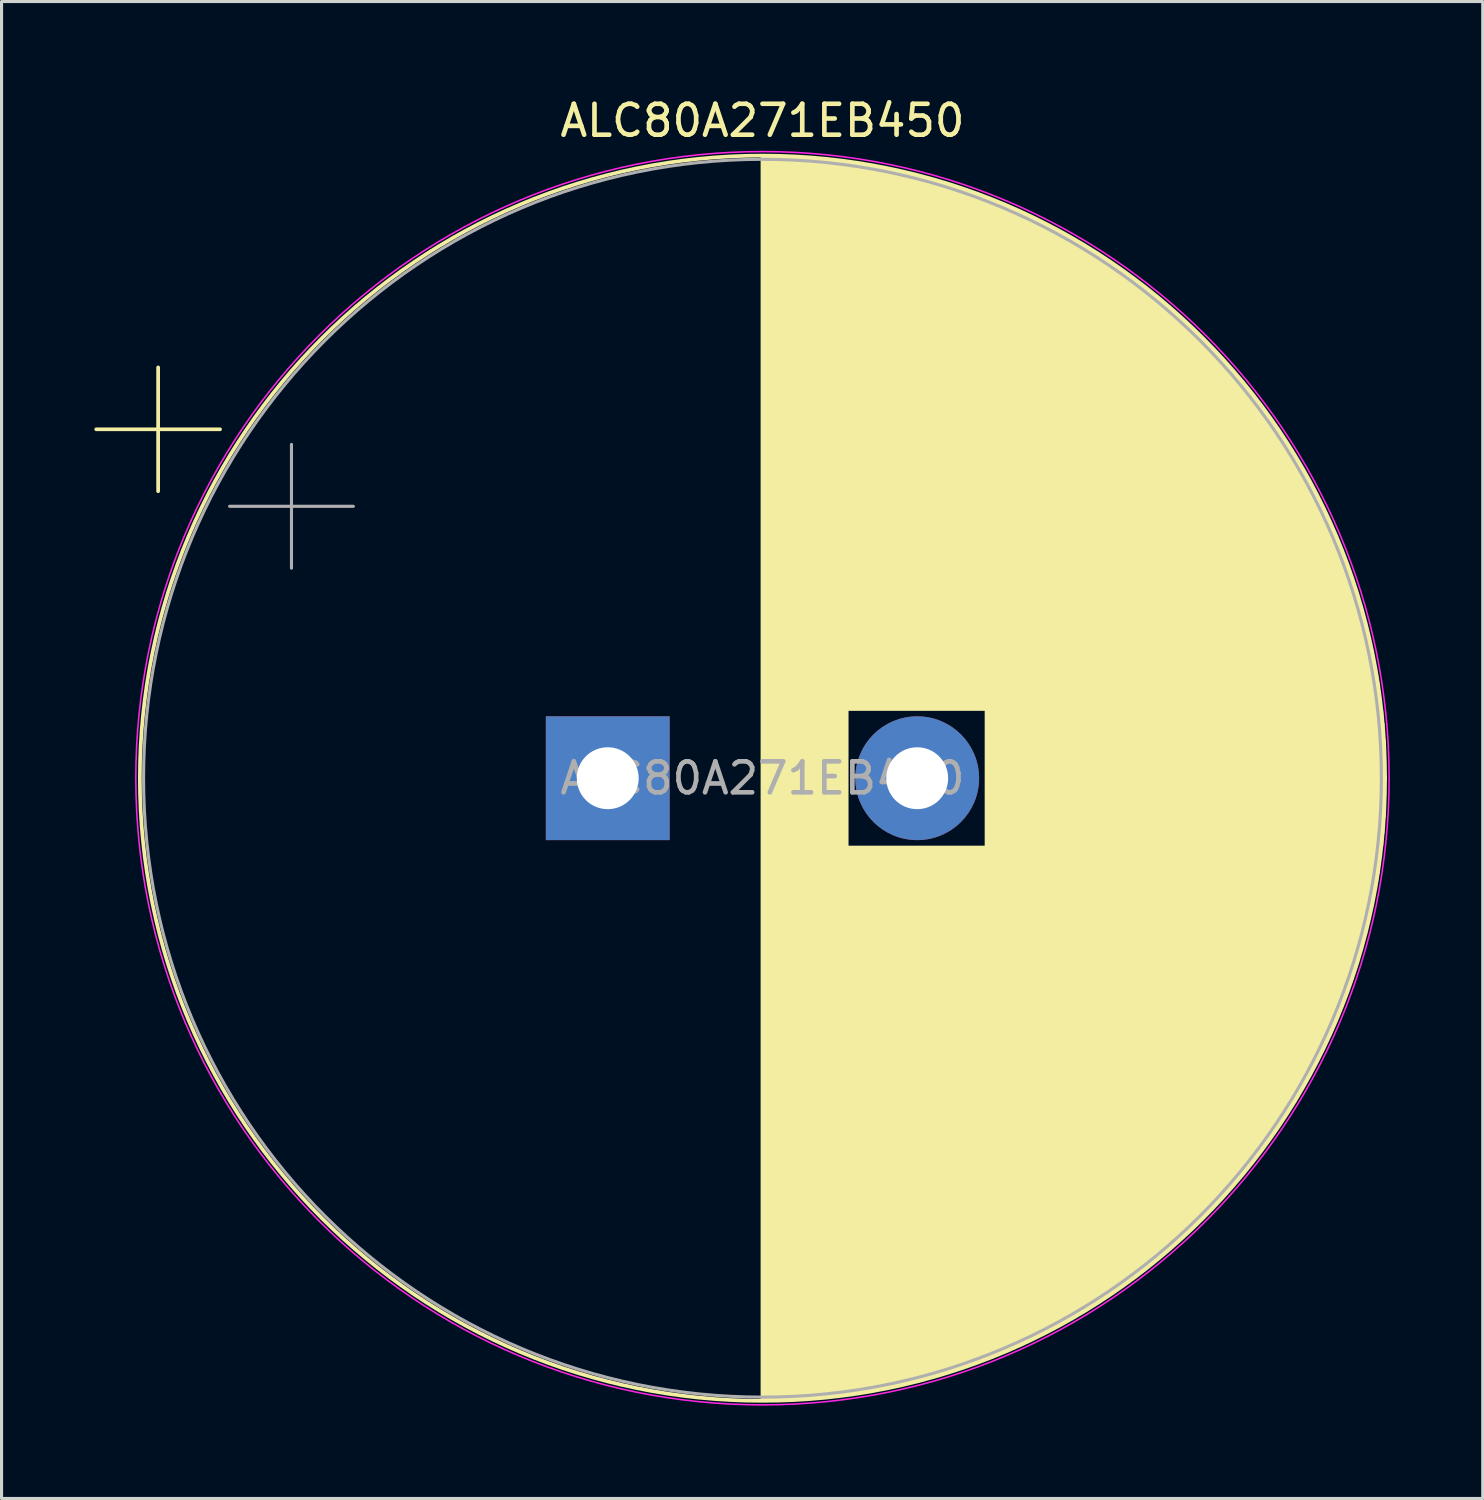
<source format=kicad_pcb>
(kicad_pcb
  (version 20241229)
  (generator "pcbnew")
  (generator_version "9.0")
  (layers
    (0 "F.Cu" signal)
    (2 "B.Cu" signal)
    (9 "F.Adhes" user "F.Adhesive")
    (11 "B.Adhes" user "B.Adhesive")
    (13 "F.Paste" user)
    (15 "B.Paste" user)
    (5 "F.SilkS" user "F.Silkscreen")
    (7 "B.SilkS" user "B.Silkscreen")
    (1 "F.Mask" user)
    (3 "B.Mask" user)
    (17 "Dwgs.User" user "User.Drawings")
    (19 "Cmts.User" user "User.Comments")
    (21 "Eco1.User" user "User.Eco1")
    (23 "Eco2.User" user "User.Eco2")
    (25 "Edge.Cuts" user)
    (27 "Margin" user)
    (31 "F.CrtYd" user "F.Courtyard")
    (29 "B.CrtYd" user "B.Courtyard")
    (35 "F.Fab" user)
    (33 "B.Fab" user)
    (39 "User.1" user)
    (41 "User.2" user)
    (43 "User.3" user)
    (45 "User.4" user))
  (footprint "ALC80A271EB450"
    (layer "F.Cu")
    (at 16.589 22.098)
    (property "Reference" "ALC80A271EB450" (at 5 -21.25 0) (layer "F.SilkS") (effects (font (size 1 1) (thickness 0.15))))
    (attr through_hole)
    (fp_line (start -16.529 -11.275) (end -12.529 -11.275) (stroke (width 0.12) (type solid)) (layer "F.SilkS"))
    (fp_line (start -14.529 -13.275) (end -14.529 -9.275) (stroke (width 0.12) (type solid)) (layer "F.SilkS"))
    (fp_line (start 5 -20.08) (end 5 20.08) (stroke (width 0.12) (type solid)) (layer "F.SilkS"))
    (fp_line (start 5.04 -20.08) (end 5.04 20.08) (stroke (width 0.12) (type solid)) (layer "F.SilkS"))
    (fp_line (start 5.08 -20.08) (end 5.08 20.08) (stroke (width 0.12) (type solid)) (layer "F.SilkS"))
    (fp_line (start 5.12 -20.08) (end 5.12 20.08) (stroke (width 0.12) (type solid)) (layer "F.SilkS"))
    (fp_line (start 5.16 -20.08) (end 5.16 20.08) (stroke (width 0.12) (type solid)) (layer "F.SilkS"))
    (fp_line (start 5.2 -20.08) (end 5.2 20.08) (stroke (width 0.12) (type solid)) (layer "F.SilkS"))
    (fp_line (start 5.24 -20.079) (end 5.24 20.079) (stroke (width 0.12) (type solid)) (layer "F.SilkS"))
    (fp_line (start 5.28 -20.079) (end 5.28 20.079) (stroke (width 0.12) (type solid)) (layer "F.SilkS"))
    (fp_line (start 5.32 -20.078) (end 5.32 20.078) (stroke (width 0.12) (type solid)) (layer "F.SilkS"))
    (fp_line (start 5.36 -20.077) (end 5.36 20.077) (stroke (width 0.12) (type solid)) (layer "F.SilkS"))
    (fp_line (start 5.4 -20.077) (end 5.4 20.077) (stroke (width 0.12) (type solid)) (layer "F.SilkS"))
    (fp_line (start 5.44 -20.076) (end 5.44 20.076) (stroke (width 0.12) (type solid)) (layer "F.SilkS"))
    (fp_line (start 5.48 -20.075) (end 5.48 20.075) (stroke (width 0.12) (type solid)) (layer "F.SilkS"))
    (fp_line (start 5.52 -20.074) (end 5.52 20.074) (stroke (width 0.12) (type solid)) (layer "F.SilkS"))
    (fp_line (start 5.56 -20.073) (end 5.56 20.073) (stroke (width 0.12) (type solid)) (layer "F.SilkS"))
    (fp_line (start 5.6 -20.072) (end 5.6 20.072) (stroke (width 0.12) (type solid)) (layer "F.SilkS"))
    (fp_line (start 5.64 -20.07) (end 5.64 20.07) (stroke (width 0.12) (type solid)) (layer "F.SilkS"))
    (fp_line (start 5.68 -20.069) (end 5.68 20.069) (stroke (width 0.12) (type solid)) (layer "F.SilkS"))
    (fp_line (start 5.721 -20.068) (end 5.721 20.068) (stroke (width 0.12) (type solid)) (layer "F.SilkS"))
    (fp_line (start 5.761 -20.066) (end 5.761 20.066) (stroke (width 0.12) (type solid)) (layer "F.SilkS"))
    (fp_line (start 5.801 -20.065) (end 5.801 20.065) (stroke (width 0.12) (type solid)) (layer "F.SilkS"))
    (fp_line (start 5.841 -20.063) (end 5.841 20.063) (stroke (width 0.12) (type solid)) (layer "F.SilkS"))
    (fp_line (start 5.881 -20.061) (end 5.881 20.061) (stroke (width 0.12) (type solid)) (layer "F.SilkS"))
    (fp_line (start 5.921 -20.059) (end 5.921 20.059) (stroke (width 0.12) (type solid)) (layer "F.SilkS"))
    (fp_line (start 5.961 -20.058) (end 5.961 20.058) (stroke (width 0.12) (type solid)) (layer "F.SilkS"))
    (fp_line (start 6.001 -20.056) (end 6.001 20.056) (stroke (width 0.12) (type solid)) (layer "F.SilkS"))
    (fp_line (start 6.041 -20.054) (end 6.041 20.054) (stroke (width 0.12) (type solid)) (layer "F.SilkS"))
    (fp_line (start 6.081 -20.051) (end 6.081 20.051) (stroke (width 0.12) (type solid)) (layer "F.SilkS"))
    (fp_line (start 6.121 -20.049) (end 6.121 20.049) (stroke (width 0.12) (type solid)) (layer "F.SilkS"))
    (fp_line (start 6.161 -20.047) (end 6.161 20.047) (stroke (width 0.12) (type solid)) (layer "F.SilkS"))
    (fp_line (start 6.201 -20.045) (end 6.201 20.045) (stroke (width 0.12) (type solid)) (layer "F.SilkS"))
    (fp_line (start 6.241 -20.042) (end 6.241 20.042) (stroke (width 0.12) (type solid)) (layer "F.SilkS"))
    (fp_line (start 6.281 -20.04) (end 6.281 20.04) (stroke (width 0.12) (type solid)) (layer "F.SilkS"))
    (fp_line (start 6.321 -20.037) (end 6.321 20.037) (stroke (width 0.12) (type solid)) (layer "F.SilkS"))
    (fp_line (start 6.361 -20.034) (end 6.361 20.034) (stroke (width 0.12) (type solid)) (layer "F.SilkS"))
    (fp_line (start 6.401 -20.032) (end 6.401 20.032) (stroke (width 0.12) (type solid)) (layer "F.SilkS"))
    (fp_line (start 6.441 -20.029) (end 6.441 20.029) (stroke (width 0.12) (type solid)) (layer "F.SilkS"))
    (fp_line (start 6.481 -20.026) (end 6.481 20.026) (stroke (width 0.12) (type solid)) (layer "F.SilkS"))
    (fp_line (start 6.521 -20.023) (end 6.521 20.023) (stroke (width 0.12) (type solid)) (layer "F.SilkS"))
    (fp_line (start 6.561 -20.02) (end 6.561 20.02) (stroke (width 0.12) (type solid)) (layer "F.SilkS"))
    (fp_line (start 6.601 -20.017) (end 6.601 20.017) (stroke (width 0.12) (type solid)) (layer "F.SilkS"))
    (fp_line (start 6.641 -20.014) (end 6.641 20.014) (stroke (width 0.12) (type solid)) (layer "F.SilkS"))
    (fp_line (start 6.681 -20.01) (end 6.681 20.01) (stroke (width 0.12) (type solid)) (layer "F.SilkS"))
    (fp_line (start 6.721 -20.007) (end 6.721 20.007) (stroke (width 0.12) (type solid)) (layer "F.SilkS"))
    (fp_line (start 6.761 -20.003) (end 6.761 20.003) (stroke (width 0.12) (type solid)) (layer "F.SilkS"))
    (fp_line (start 6.801 -20) (end 6.801 20) (stroke (width 0.12) (type solid)) (layer "F.SilkS"))
    (fp_line (start 6.841 -19.996) (end 6.841 19.996) (stroke (width 0.12) (type solid)) (layer "F.SilkS"))
    (fp_line (start 6.881 -19.992) (end 6.881 19.992) (stroke (width 0.12) (type solid)) (layer "F.SilkS"))
    (fp_line (start 6.921 -19.989) (end 6.921 19.989) (stroke (width 0.12) (type solid)) (layer "F.SilkS"))
    (fp_line (start 6.961 -19.985) (end 6.961 19.985) (stroke (width 0.12) (type solid)) (layer "F.SilkS"))
    (fp_line (start 7.001 -19.981) (end 7.001 19.981) (stroke (width 0.12) (type solid)) (layer "F.SilkS"))
    (fp_line (start 7.041 -19.977) (end 7.041 19.977) (stroke (width 0.12) (type solid)) (layer "F.SilkS"))
    (fp_line (start 7.081 -19.973) (end 7.081 19.973) (stroke (width 0.12) (type solid)) (layer "F.SilkS"))
    (fp_line (start 7.121 -19.968) (end 7.121 19.968) (stroke (width 0.12) (type solid)) (layer "F.SilkS"))
    (fp_line (start 7.161 -19.964) (end 7.161 19.964) (stroke (width 0.12) (type solid)) (layer "F.SilkS"))
    (fp_line (start 7.201 -19.96) (end 7.201 19.96) (stroke (width 0.12) (type solid)) (layer "F.SilkS"))
    (fp_line (start 7.241 -19.955) (end 7.241 19.955) (stroke (width 0.12) (type solid)) (layer "F.SilkS"))
    (fp_line (start 7.281 -19.951) (end 7.281 19.951) (stroke (width 0.12) (type solid)) (layer "F.SilkS"))
    (fp_line (start 7.321 -19.946) (end 7.321 19.946) (stroke (width 0.12) (type solid)) (layer "F.SilkS"))
    (fp_line (start 7.361 -19.942) (end 7.361 19.942) (stroke (width 0.12) (type solid)) (layer "F.SilkS"))
    (fp_line (start 7.401 -19.937) (end 7.401 19.937) (stroke (width 0.12) (type solid)) (layer "F.SilkS"))
    (fp_line (start 7.441 -19.932) (end 7.441 19.932) (stroke (width 0.12) (type solid)) (layer "F.SilkS"))
    (fp_line (start 7.481 -19.927) (end 7.481 19.927) (stroke (width 0.12) (type solid)) (layer "F.SilkS"))
    (fp_line (start 7.521 -19.922) (end 7.521 19.922) (stroke (width 0.12) (type solid)) (layer "F.SilkS"))
    (fp_line (start 7.561 -19.917) (end 7.561 19.917) (stroke (width 0.12) (type solid)) (layer "F.SilkS"))
    (fp_line (start 7.601 -19.912) (end 7.601 19.912) (stroke (width 0.12) (type solid)) (layer "F.SilkS"))
    (fp_line (start 7.641 -19.907) (end 7.641 19.907) (stroke (width 0.12) (type solid)) (layer "F.SilkS"))
    (fp_line (start 7.681 -19.901) (end 7.681 19.901) (stroke (width 0.12) (type solid)) (layer "F.SilkS"))
    (fp_line (start 7.721 -19.896) (end 7.721 19.896) (stroke (width 0.12) (type solid)) (layer "F.SilkS"))
    (fp_line (start 7.761 -19.89) (end 7.761 -2.24) (stroke (width 0.12) (type solid)) (layer "F.SilkS"))
    (fp_line (start 7.761 2.24) (end 7.761 19.89) (stroke (width 0.12) (type solid)) (layer "F.SilkS"))
    (fp_line (start 7.801 -19.885) (end 7.801 -2.24) (stroke (width 0.12) (type solid)) (layer "F.SilkS"))
    (fp_line (start 7.801 2.24) (end 7.801 19.885) (stroke (width 0.12) (type solid)) (layer "F.SilkS"))
    (fp_line (start 7.841 -19.879) (end 7.841 -2.24) (stroke (width 0.12) (type solid)) (layer "F.SilkS"))
    (fp_line (start 7.841 2.24) (end 7.841 19.879) (stroke (width 0.12) (type solid)) (layer "F.SilkS"))
    (fp_line (start 7.881 -19.873) (end 7.881 -2.24) (stroke (width 0.12) (type solid)) (layer "F.SilkS"))
    (fp_line (start 7.881 2.24) (end 7.881 19.873) (stroke (width 0.12) (type solid)) (layer "F.SilkS"))
    (fp_line (start 7.921 -19.867) (end 7.921 -2.24) (stroke (width 0.12) (type solid)) (layer "F.SilkS"))
    (fp_line (start 7.921 2.24) (end 7.921 19.867) (stroke (width 0.12) (type solid)) (layer "F.SilkS"))
    (fp_line (start 7.961 -19.862) (end 7.961 -2.24) (stroke (width 0.12) (type solid)) (layer "F.SilkS"))
    (fp_line (start 7.961 2.24) (end 7.961 19.862) (stroke (width 0.12) (type solid)) (layer "F.SilkS"))
    (fp_line (start 8.001 -19.856) (end 8.001 -2.24) (stroke (width 0.12) (type solid)) (layer "F.SilkS"))
    (fp_line (start 8.001 2.24) (end 8.001 19.856) (stroke (width 0.12) (type solid)) (layer "F.SilkS"))
    (fp_line (start 8.041 -19.85) (end 8.041 -2.24) (stroke (width 0.12) (type solid)) (layer "F.SilkS"))
    (fp_line (start 8.041 2.24) (end 8.041 19.85) (stroke (width 0.12) (type solid)) (layer "F.SilkS"))
    (fp_line (start 8.081 -19.843) (end 8.081 -2.24) (stroke (width 0.12) (type solid)) (layer "F.SilkS"))
    (fp_line (start 8.081 2.24) (end 8.081 19.843) (stroke (width 0.12) (type solid)) (layer "F.SilkS"))
    (fp_line (start 8.121 -19.837) (end 8.121 -2.24) (stroke (width 0.12) (type solid)) (layer "F.SilkS"))
    (fp_line (start 8.121 2.24) (end 8.121 19.837) (stroke (width 0.12) (type solid)) (layer "F.SilkS"))
    (fp_line (start 8.161 -19.831) (end 8.161 -2.24) (stroke (width 0.12) (type solid)) (layer "F.SilkS"))
    (fp_line (start 8.161 2.24) (end 8.161 19.831) (stroke (width 0.12) (type solid)) (layer "F.SilkS"))
    (fp_line (start 8.201 -19.824) (end 8.201 -2.24) (stroke (width 0.12) (type solid)) (layer "F.SilkS"))
    (fp_line (start 8.201 2.24) (end 8.201 19.824) (stroke (width 0.12) (type solid)) (layer "F.SilkS"))
    (fp_line (start 8.241 -19.818) (end 8.241 -2.24) (stroke (width 0.12) (type solid)) (layer "F.SilkS"))
    (fp_line (start 8.241 2.24) (end 8.241 19.818) (stroke (width 0.12) (type solid)) (layer "F.SilkS"))
    (fp_line (start 8.281 -19.811) (end 8.281 -2.24) (stroke (width 0.12) (type solid)) (layer "F.SilkS"))
    (fp_line (start 8.281 2.24) (end 8.281 19.811) (stroke (width 0.12) (type solid)) (layer "F.SilkS"))
    (fp_line (start 8.321 -19.805) (end 8.321 -2.24) (stroke (width 0.12) (type solid)) (layer "F.SilkS"))
    (fp_line (start 8.321 2.24) (end 8.321 19.805) (stroke (width 0.12) (type solid)) (layer "F.SilkS"))
    (fp_line (start 8.361 -19.798) (end 8.361 -2.24) (stroke (width 0.12) (type solid)) (layer "F.SilkS"))
    (fp_line (start 8.361 2.24) (end 8.361 19.798) (stroke (width 0.12) (type solid)) (layer "F.SilkS"))
    (fp_line (start 8.401 -19.791) (end 8.401 -2.24) (stroke (width 0.12) (type solid)) (layer "F.SilkS"))
    (fp_line (start 8.401 2.24) (end 8.401 19.791) (stroke (width 0.12) (type solid)) (layer "F.SilkS"))
    (fp_line (start 8.441 -19.784) (end 8.441 -2.24) (stroke (width 0.12) (type solid)) (layer "F.SilkS"))
    (fp_line (start 8.441 2.24) (end 8.441 19.784) (stroke (width 0.12) (type solid)) (layer "F.SilkS"))
    (fp_line (start 8.481 -19.777) (end 8.481 -2.24) (stroke (width 0.12) (type solid)) (layer "F.SilkS"))
    (fp_line (start 8.481 2.24) (end 8.481 19.777) (stroke (width 0.12) (type solid)) (layer "F.SilkS"))
    (fp_line (start 8.521 -19.77) (end 8.521 -2.24) (stroke (width 0.12) (type solid)) (layer "F.SilkS"))
    (fp_line (start 8.521 2.24) (end 8.521 19.77) (stroke (width 0.12) (type solid)) (layer "F.SilkS"))
    (fp_line (start 8.561 -19.763) (end 8.561 -2.24) (stroke (width 0.12) (type solid)) (layer "F.SilkS"))
    (fp_line (start 8.561 2.24) (end 8.561 19.763) (stroke (width 0.12) (type solid)) (layer "F.SilkS"))
    (fp_line (start 8.601 -19.756) (end 8.601 -2.24) (stroke (width 0.12) (type solid)) (layer "F.SilkS"))
    (fp_line (start 8.601 2.24) (end 8.601 19.756) (stroke (width 0.12) (type solid)) (layer "F.SilkS"))
    (fp_line (start 8.641 -19.748) (end 8.641 -2.24) (stroke (width 0.12) (type solid)) (layer "F.SilkS"))
    (fp_line (start 8.641 2.24) (end 8.641 19.748) (stroke (width 0.12) (type solid)) (layer "F.SilkS"))
    (fp_line (start 8.681 -19.741) (end 8.681 -2.24) (stroke (width 0.12) (type solid)) (layer "F.SilkS"))
    (fp_line (start 8.681 2.24) (end 8.681 19.741) (stroke (width 0.12) (type solid)) (layer "F.SilkS"))
    (fp_line (start 8.721 -19.734) (end 8.721 -2.24) (stroke (width 0.12) (type solid)) (layer "F.SilkS"))
    (fp_line (start 8.721 2.24) (end 8.721 19.734) (stroke (width 0.12) (type solid)) (layer "F.SilkS"))
    (fp_line (start 8.761 -19.726) (end 8.761 -2.24) (stroke (width 0.12) (type solid)) (layer "F.SilkS"))
    (fp_line (start 8.761 2.24) (end 8.761 19.726) (stroke (width 0.12) (type solid)) (layer "F.SilkS"))
    (fp_line (start 8.801 -19.718) (end 8.801 -2.24) (stroke (width 0.12) (type solid)) (layer "F.SilkS"))
    (fp_line (start 8.801 2.24) (end 8.801 19.718) (stroke (width 0.12) (type solid)) (layer "F.SilkS"))
    (fp_line (start 8.841 -19.711) (end 8.841 -2.24) (stroke (width 0.12) (type solid)) (layer "F.SilkS"))
    (fp_line (start 8.841 2.24) (end 8.841 19.711) (stroke (width 0.12) (type solid)) (layer "F.SilkS"))
    (fp_line (start 8.881 -19.703) (end 8.881 -2.24) (stroke (width 0.12) (type solid)) (layer "F.SilkS"))
    (fp_line (start 8.881 2.24) (end 8.881 19.703) (stroke (width 0.12) (type solid)) (layer "F.SilkS"))
    (fp_line (start 8.921 -19.695) (end 8.921 -2.24) (stroke (width 0.12) (type solid)) (layer "F.SilkS"))
    (fp_line (start 8.921 2.24) (end 8.921 19.695) (stroke (width 0.12) (type solid)) (layer "F.SilkS"))
    (fp_line (start 8.961 -19.687) (end 8.961 -2.24) (stroke (width 0.12) (type solid)) (layer "F.SilkS"))
    (fp_line (start 8.961 2.24) (end 8.961 19.687) (stroke (width 0.12) (type solid)) (layer "F.SilkS"))
    (fp_line (start 9.001 -19.679) (end 9.001 -2.24) (stroke (width 0.12) (type solid)) (layer "F.SilkS"))
    (fp_line (start 9.001 2.24) (end 9.001 19.679) (stroke (width 0.12) (type solid)) (layer "F.SilkS"))
    (fp_line (start 9.041 -19.671) (end 9.041 -2.24) (stroke (width 0.12) (type solid)) (layer "F.SilkS"))
    (fp_line (start 9.041 2.24) (end 9.041 19.671) (stroke (width 0.12) (type solid)) (layer "F.SilkS"))
    (fp_line (start 9.081 -19.662) (end 9.081 -2.24) (stroke (width 0.12) (type solid)) (layer "F.SilkS"))
    (fp_line (start 9.081 2.24) (end 9.081 19.662) (stroke (width 0.12) (type solid)) (layer "F.SilkS"))
    (fp_line (start 9.121 -19.654) (end 9.121 -2.24) (stroke (width 0.12) (type solid)) (layer "F.SilkS"))
    (fp_line (start 9.121 2.24) (end 9.121 19.654) (stroke (width 0.12) (type solid)) (layer "F.SilkS"))
    (fp_line (start 9.161 -19.646) (end 9.161 -2.24) (stroke (width 0.12) (type solid)) (layer "F.SilkS"))
    (fp_line (start 9.161 2.24) (end 9.161 19.646) (stroke (width 0.12) (type solid)) (layer "F.SilkS"))
    (fp_line (start 9.201 -19.637) (end 9.201 -2.24) (stroke (width 0.12) (type solid)) (layer "F.SilkS"))
    (fp_line (start 9.201 2.24) (end 9.201 19.637) (stroke (width 0.12) (type solid)) (layer "F.SilkS"))
    (fp_line (start 9.241 -19.629) (end 9.241 -2.24) (stroke (width 0.12) (type solid)) (layer "F.SilkS"))
    (fp_line (start 9.241 2.24) (end 9.241 19.629) (stroke (width 0.12) (type solid)) (layer "F.SilkS"))
    (fp_line (start 9.281 -19.62) (end 9.281 -2.24) (stroke (width 0.12) (type solid)) (layer "F.SilkS"))
    (fp_line (start 9.281 2.24) (end 9.281 19.62) (stroke (width 0.12) (type solid)) (layer "F.SilkS"))
    (fp_line (start 9.321 -19.611) (end 9.321 -2.24) (stroke (width 0.12) (type solid)) (layer "F.SilkS"))
    (fp_line (start 9.321 2.24) (end 9.321 19.611) (stroke (width 0.12) (type solid)) (layer "F.SilkS"))
    (fp_line (start 9.361 -19.602) (end 9.361 -2.24) (stroke (width 0.12) (type solid)) (layer "F.SilkS"))
    (fp_line (start 9.361 2.24) (end 9.361 19.602) (stroke (width 0.12) (type solid)) (layer "F.SilkS"))
    (fp_line (start 9.401 -19.593) (end 9.401 -2.24) (stroke (width 0.12) (type solid)) (layer "F.SilkS"))
    (fp_line (start 9.401 2.24) (end 9.401 19.593) (stroke (width 0.12) (type solid)) (layer "F.SilkS"))
    (fp_line (start 9.441 -19.584) (end 9.441 -2.24) (stroke (width 0.12) (type solid)) (layer "F.SilkS"))
    (fp_line (start 9.441 2.24) (end 9.441 19.584) (stroke (width 0.12) (type solid)) (layer "F.SilkS"))
    (fp_line (start 9.481 -19.575) (end 9.481 -2.24) (stroke (width 0.12) (type solid)) (layer "F.SilkS"))
    (fp_line (start 9.481 2.24) (end 9.481 19.575) (stroke (width 0.12) (type solid)) (layer "F.SilkS"))
    (fp_line (start 9.521 -19.566) (end 9.521 -2.24) (stroke (width 0.12) (type solid)) (layer "F.SilkS"))
    (fp_line (start 9.521 2.24) (end 9.521 19.566) (stroke (width 0.12) (type solid)) (layer "F.SilkS"))
    (fp_line (start 9.561 -19.557) (end 9.561 -2.24) (stroke (width 0.12) (type solid)) (layer "F.SilkS"))
    (fp_line (start 9.561 2.24) (end 9.561 19.557) (stroke (width 0.12) (type solid)) (layer "F.SilkS"))
    (fp_line (start 9.601 -19.548) (end 9.601 -2.24) (stroke (width 0.12) (type solid)) (layer "F.SilkS"))
    (fp_line (start 9.601 2.24) (end 9.601 19.548) (stroke (width 0.12) (type solid)) (layer "F.SilkS"))
    (fp_line (start 9.641 -19.538) (end 9.641 -2.24) (stroke (width 0.12) (type solid)) (layer "F.SilkS"))
    (fp_line (start 9.641 2.24) (end 9.641 19.538) (stroke (width 0.12) (type solid)) (layer "F.SilkS"))
    (fp_line (start 9.681 -19.529) (end 9.681 -2.24) (stroke (width 0.12) (type solid)) (layer "F.SilkS"))
    (fp_line (start 9.681 2.24) (end 9.681 19.529) (stroke (width 0.12) (type solid)) (layer "F.SilkS"))
    (fp_line (start 9.721 -19.519) (end 9.721 -2.24) (stroke (width 0.12) (type solid)) (layer "F.SilkS"))
    (fp_line (start 9.721 2.24) (end 9.721 19.519) (stroke (width 0.12) (type solid)) (layer "F.SilkS"))
    (fp_line (start 9.761 -19.509) (end 9.761 -2.24) (stroke (width 0.12) (type solid)) (layer "F.SilkS"))
    (fp_line (start 9.761 2.24) (end 9.761 19.509) (stroke (width 0.12) (type solid)) (layer "F.SilkS"))
    (fp_line (start 9.801 -19.5) (end 9.801 -2.24) (stroke (width 0.12) (type solid)) (layer "F.SilkS"))
    (fp_line (start 9.801 2.24) (end 9.801 19.5) (stroke (width 0.12) (type solid)) (layer "F.SilkS"))
    (fp_line (start 9.841 -19.49) (end 9.841 -2.24) (stroke (width 0.12) (type solid)) (layer "F.SilkS"))
    (fp_line (start 9.841 2.24) (end 9.841 19.49) (stroke (width 0.12) (type solid)) (layer "F.SilkS"))
    (fp_line (start 9.881 -19.48) (end 9.881 -2.24) (stroke (width 0.12) (type solid)) (layer "F.SilkS"))
    (fp_line (start 9.881 2.24) (end 9.881 19.48) (stroke (width 0.12) (type solid)) (layer "F.SilkS"))
    (fp_line (start 9.921 -19.47) (end 9.921 -2.24) (stroke (width 0.12) (type solid)) (layer "F.SilkS"))
    (fp_line (start 9.921 2.24) (end 9.921 19.47) (stroke (width 0.12) (type solid)) (layer "F.SilkS"))
    (fp_line (start 9.961 -19.46) (end 9.961 -2.24) (stroke (width 0.12) (type solid)) (layer "F.SilkS"))
    (fp_line (start 9.961 2.24) (end 9.961 19.46) (stroke (width 0.12) (type solid)) (layer "F.SilkS"))
    (fp_line (start 10.001 -19.449) (end 10.001 -2.24) (stroke (width 0.12) (type solid)) (layer "F.SilkS"))
    (fp_line (start 10.001 2.24) (end 10.001 19.449) (stroke (width 0.12) (type solid)) (layer "F.SilkS"))
    (fp_line (start 10.041 -19.439) (end 10.041 -2.24) (stroke (width 0.12) (type solid)) (layer "F.SilkS"))
    (fp_line (start 10.041 2.24) (end 10.041 19.439) (stroke (width 0.12) (type solid)) (layer "F.SilkS"))
    (fp_line (start 10.081 -19.429) (end 10.081 -2.24) (stroke (width 0.12) (type solid)) (layer "F.SilkS"))
    (fp_line (start 10.081 2.24) (end 10.081 19.429) (stroke (width 0.12) (type solid)) (layer "F.SilkS"))
    (fp_line (start 10.121 -19.418) (end 10.121 -2.24) (stroke (width 0.12) (type solid)) (layer "F.SilkS"))
    (fp_line (start 10.121 2.24) (end 10.121 19.418) (stroke (width 0.12) (type solid)) (layer "F.SilkS"))
    (fp_line (start 10.161 -19.408) (end 10.161 -2.24) (stroke (width 0.12) (type solid)) (layer "F.SilkS"))
    (fp_line (start 10.161 2.24) (end 10.161 19.408) (stroke (width 0.12) (type solid)) (layer "F.SilkS"))
    (fp_line (start 10.201 -19.397) (end 10.201 -2.24) (stroke (width 0.12) (type solid)) (layer "F.SilkS"))
    (fp_line (start 10.201 2.24) (end 10.201 19.397) (stroke (width 0.12) (type solid)) (layer "F.SilkS"))
    (fp_line (start 10.241 -19.386) (end 10.241 -2.24) (stroke (width 0.12) (type solid)) (layer "F.SilkS"))
    (fp_line (start 10.241 2.24) (end 10.241 19.386) (stroke (width 0.12) (type solid)) (layer "F.SilkS"))
    (fp_line (start 10.281 -19.375) (end 10.281 -2.24) (stroke (width 0.12) (type solid)) (layer "F.SilkS"))
    (fp_line (start 10.281 2.24) (end 10.281 19.375) (stroke (width 0.12) (type solid)) (layer "F.SilkS"))
    (fp_line (start 10.321 -19.364) (end 10.321 -2.24) (stroke (width 0.12) (type solid)) (layer "F.SilkS"))
    (fp_line (start 10.321 2.24) (end 10.321 19.364) (stroke (width 0.12) (type solid)) (layer "F.SilkS"))
    (fp_line (start 10.361 -19.353) (end 10.361 -2.24) (stroke (width 0.12) (type solid)) (layer "F.SilkS"))
    (fp_line (start 10.361 2.24) (end 10.361 19.353) (stroke (width 0.12) (type solid)) (layer "F.SilkS"))
    (fp_line (start 10.401 -19.342) (end 10.401 -2.24) (stroke (width 0.12) (type solid)) (layer "F.SilkS"))
    (fp_line (start 10.401 2.24) (end 10.401 19.342) (stroke (width 0.12) (type solid)) (layer "F.SilkS"))
    (fp_line (start 10.441 -19.331) (end 10.441 -2.24) (stroke (width 0.12) (type solid)) (layer "F.SilkS"))
    (fp_line (start 10.441 2.24) (end 10.441 19.331) (stroke (width 0.12) (type solid)) (layer "F.SilkS"))
    (fp_line (start 10.481 -19.32) (end 10.481 -2.24) (stroke (width 0.12) (type solid)) (layer "F.SilkS"))
    (fp_line (start 10.481 2.24) (end 10.481 19.32) (stroke (width 0.12) (type solid)) (layer "F.SilkS"))
    (fp_line (start 10.521 -19.308) (end 10.521 -2.24) (stroke (width 0.12) (type solid)) (layer "F.SilkS"))
    (fp_line (start 10.521 2.24) (end 10.521 19.308) (stroke (width 0.12) (type solid)) (layer "F.SilkS"))
    (fp_line (start 10.561 -19.297) (end 10.561 -2.24) (stroke (width 0.12) (type solid)) (layer "F.SilkS"))
    (fp_line (start 10.561 2.24) (end 10.561 19.297) (stroke (width 0.12) (type solid)) (layer "F.SilkS"))
    (fp_line (start 10.601 -19.285) (end 10.601 -2.24) (stroke (width 0.12) (type solid)) (layer "F.SilkS"))
    (fp_line (start 10.601 2.24) (end 10.601 19.285) (stroke (width 0.12) (type solid)) (layer "F.SilkS"))
    (fp_line (start 10.641 -19.274) (end 10.641 -2.24) (stroke (width 0.12) (type solid)) (layer "F.SilkS"))
    (fp_line (start 10.641 2.24) (end 10.641 19.274) (stroke (width 0.12) (type solid)) (layer "F.SilkS"))
    (fp_line (start 10.681 -19.262) (end 10.681 -2.24) (stroke (width 0.12) (type solid)) (layer "F.SilkS"))
    (fp_line (start 10.681 2.24) (end 10.681 19.262) (stroke (width 0.12) (type solid)) (layer "F.SilkS"))
    (fp_line (start 10.721 -19.25) (end 10.721 -2.24) (stroke (width 0.12) (type solid)) (layer "F.SilkS"))
    (fp_line (start 10.721 2.24) (end 10.721 19.25) (stroke (width 0.12) (type solid)) (layer "F.SilkS"))
    (fp_line (start 10.761 -19.238) (end 10.761 -2.24) (stroke (width 0.12) (type solid)) (layer "F.SilkS"))
    (fp_line (start 10.761 2.24) (end 10.761 19.238) (stroke (width 0.12) (type solid)) (layer "F.SilkS"))
    (fp_line (start 10.801 -19.226) (end 10.801 -2.24) (stroke (width 0.12) (type solid)) (layer "F.SilkS"))
    (fp_line (start 10.801 2.24) (end 10.801 19.226) (stroke (width 0.12) (type solid)) (layer "F.SilkS"))
    (fp_line (start 10.841 -19.214) (end 10.841 -2.24) (stroke (width 0.12) (type solid)) (layer "F.SilkS"))
    (fp_line (start 10.841 2.24) (end 10.841 19.214) (stroke (width 0.12) (type solid)) (layer "F.SilkS"))
    (fp_line (start 10.881 -19.202) (end 10.881 -2.24) (stroke (width 0.12) (type solid)) (layer "F.SilkS"))
    (fp_line (start 10.881 2.24) (end 10.881 19.202) (stroke (width 0.12) (type solid)) (layer "F.SilkS"))
    (fp_line (start 10.921 -19.19) (end 10.921 -2.24) (stroke (width 0.12) (type solid)) (layer "F.SilkS"))
    (fp_line (start 10.921 2.24) (end 10.921 19.19) (stroke (width 0.12) (type solid)) (layer "F.SilkS"))
    (fp_line (start 10.961 -19.177) (end 10.961 -2.24) (stroke (width 0.12) (type solid)) (layer "F.SilkS"))
    (fp_line (start 10.961 2.24) (end 10.961 19.177) (stroke (width 0.12) (type solid)) (layer "F.SilkS"))
    (fp_line (start 11.001 -19.165) (end 11.001 -2.24) (stroke (width 0.12) (type solid)) (layer "F.SilkS"))
    (fp_line (start 11.001 2.24) (end 11.001 19.165) (stroke (width 0.12) (type solid)) (layer "F.SilkS"))
    (fp_line (start 11.041 -19.152) (end 11.041 -2.24) (stroke (width 0.12) (type solid)) (layer "F.SilkS"))
    (fp_line (start 11.041 2.24) (end 11.041 19.152) (stroke (width 0.12) (type solid)) (layer "F.SilkS"))
    (fp_line (start 11.081 -19.14) (end 11.081 -2.24) (stroke (width 0.12) (type solid)) (layer "F.SilkS"))
    (fp_line (start 11.081 2.24) (end 11.081 19.14) (stroke (width 0.12) (type solid)) (layer "F.SilkS"))
    (fp_line (start 11.121 -19.127) (end 11.121 -2.24) (stroke (width 0.12) (type solid)) (layer "F.SilkS"))
    (fp_line (start 11.121 2.24) (end 11.121 19.127) (stroke (width 0.12) (type solid)) (layer "F.SilkS"))
    (fp_line (start 11.161 -19.114) (end 11.161 -2.24) (stroke (width 0.12) (type solid)) (layer "F.SilkS"))
    (fp_line (start 11.161 2.24) (end 11.161 19.114) (stroke (width 0.12) (type solid)) (layer "F.SilkS"))
    (fp_line (start 11.201 -19.101) (end 11.201 -2.24) (stroke (width 0.12) (type solid)) (layer "F.SilkS"))
    (fp_line (start 11.201 2.24) (end 11.201 19.101) (stroke (width 0.12) (type solid)) (layer "F.SilkS"))
    (fp_line (start 11.241 -19.088) (end 11.241 -2.24) (stroke (width 0.12) (type solid)) (layer "F.SilkS"))
    (fp_line (start 11.241 2.24) (end 11.241 19.088) (stroke (width 0.12) (type solid)) (layer "F.SilkS"))
    (fp_line (start 11.281 -19.075) (end 11.281 -2.24) (stroke (width 0.12) (type solid)) (layer "F.SilkS"))
    (fp_line (start 11.281 2.24) (end 11.281 19.075) (stroke (width 0.12) (type solid)) (layer "F.SilkS"))
    (fp_line (start 11.321 -19.062) (end 11.321 -2.24) (stroke (width 0.12) (type solid)) (layer "F.SilkS"))
    (fp_line (start 11.321 2.24) (end 11.321 19.062) (stroke (width 0.12) (type solid)) (layer "F.SilkS"))
    (fp_line (start 11.361 -19.049) (end 11.361 -2.24) (stroke (width 0.12) (type solid)) (layer "F.SilkS"))
    (fp_line (start 11.361 2.24) (end 11.361 19.049) (stroke (width 0.12) (type solid)) (layer "F.SilkS"))
    (fp_line (start 11.401 -19.035) (end 11.401 -2.24) (stroke (width 0.12) (type solid)) (layer "F.SilkS"))
    (fp_line (start 11.401 2.24) (end 11.401 19.035) (stroke (width 0.12) (type solid)) (layer "F.SilkS"))
    (fp_line (start 11.441 -19.022) (end 11.441 -2.24) (stroke (width 0.12) (type solid)) (layer "F.SilkS"))
    (fp_line (start 11.441 2.24) (end 11.441 19.022) (stroke (width 0.12) (type solid)) (layer "F.SilkS"))
    (fp_line (start 11.481 -19.008) (end 11.481 -2.24) (stroke (width 0.12) (type solid)) (layer "F.SilkS"))
    (fp_line (start 11.481 2.24) (end 11.481 19.008) (stroke (width 0.12) (type solid)) (layer "F.SilkS"))
    (fp_line (start 11.521 -18.995) (end 11.521 -2.24) (stroke (width 0.12) (type solid)) (layer "F.SilkS"))
    (fp_line (start 11.521 2.24) (end 11.521 18.995) (stroke (width 0.12) (type solid)) (layer "F.SilkS"))
    (fp_line (start 11.561 -18.981) (end 11.561 -2.24) (stroke (width 0.12) (type solid)) (layer "F.SilkS"))
    (fp_line (start 11.561 2.24) (end 11.561 18.981) (stroke (width 0.12) (type solid)) (layer "F.SilkS"))
    (fp_line (start 11.601 -18.967) (end 11.601 -2.24) (stroke (width 0.12) (type solid)) (layer "F.SilkS"))
    (fp_line (start 11.601 2.24) (end 11.601 18.967) (stroke (width 0.12) (type solid)) (layer "F.SilkS"))
    (fp_line (start 11.641 -18.953) (end 11.641 -2.24) (stroke (width 0.12) (type solid)) (layer "F.SilkS"))
    (fp_line (start 11.641 2.24) (end 11.641 18.953) (stroke (width 0.12) (type solid)) (layer "F.SilkS"))
    (fp_line (start 11.681 -18.939) (end 11.681 -2.24) (stroke (width 0.12) (type solid)) (layer "F.SilkS"))
    (fp_line (start 11.681 2.24) (end 11.681 18.939) (stroke (width 0.12) (type solid)) (layer "F.SilkS"))
    (fp_line (start 11.721 -18.925) (end 11.721 -2.24) (stroke (width 0.12) (type solid)) (layer "F.SilkS"))
    (fp_line (start 11.721 2.24) (end 11.721 18.925) (stroke (width 0.12) (type solid)) (layer "F.SilkS"))
    (fp_line (start 11.761 -18.911) (end 11.761 -2.24) (stroke (width 0.12) (type solid)) (layer "F.SilkS"))
    (fp_line (start 11.761 2.24) (end 11.761 18.911) (stroke (width 0.12) (type solid)) (layer "F.SilkS"))
    (fp_line (start 11.801 -18.897) (end 11.801 -2.24) (stroke (width 0.12) (type solid)) (layer "F.SilkS"))
    (fp_line (start 11.801 2.24) (end 11.801 18.897) (stroke (width 0.12) (type solid)) (layer "F.SilkS"))
    (fp_line (start 11.841 -18.882) (end 11.841 -2.24) (stroke (width 0.12) (type solid)) (layer "F.SilkS"))
    (fp_line (start 11.841 2.24) (end 11.841 18.882) (stroke (width 0.12) (type solid)) (layer "F.SilkS"))
    (fp_line (start 11.881 -18.868) (end 11.881 -2.24) (stroke (width 0.12) (type solid)) (layer "F.SilkS"))
    (fp_line (start 11.881 2.24) (end 11.881 18.868) (stroke (width 0.12) (type solid)) (layer "F.SilkS"))
    (fp_line (start 11.921 -18.853) (end 11.921 -2.24) (stroke (width 0.12) (type solid)) (layer "F.SilkS"))
    (fp_line (start 11.921 2.24) (end 11.921 18.853) (stroke (width 0.12) (type solid)) (layer "F.SilkS"))
    (fp_line (start 11.961 -18.838) (end 11.961 -2.24) (stroke (width 0.12) (type solid)) (layer "F.SilkS"))
    (fp_line (start 11.961 2.24) (end 11.961 18.838) (stroke (width 0.12) (type solid)) (layer "F.SilkS"))
    (fp_line (start 12.001 -18.824) (end 12.001 -2.24) (stroke (width 0.12) (type solid)) (layer "F.SilkS"))
    (fp_line (start 12.001 2.24) (end 12.001 18.824) (stroke (width 0.12) (type solid)) (layer "F.SilkS"))
    (fp_line (start 12.041 -18.809) (end 12.041 -2.24) (stroke (width 0.12) (type solid)) (layer "F.SilkS"))
    (fp_line (start 12.041 2.24) (end 12.041 18.809) (stroke (width 0.12) (type solid)) (layer "F.SilkS"))
    (fp_line (start 12.081 -18.794) (end 12.081 -2.24) (stroke (width 0.12) (type solid)) (layer "F.SilkS"))
    (fp_line (start 12.081 2.24) (end 12.081 18.794) (stroke (width 0.12) (type solid)) (layer "F.SilkS"))
    (fp_line (start 12.121 -18.779) (end 12.121 -2.24) (stroke (width 0.12) (type solid)) (layer "F.SilkS"))
    (fp_line (start 12.121 2.24) (end 12.121 18.779) (stroke (width 0.12) (type solid)) (layer "F.SilkS"))
    (fp_line (start 12.161 -18.763) (end 12.161 -2.24) (stroke (width 0.12) (type solid)) (layer "F.SilkS"))
    (fp_line (start 12.161 2.24) (end 12.161 18.763) (stroke (width 0.12) (type solid)) (layer "F.SilkS"))
    (fp_line (start 12.201 -18.748) (end 12.201 -2.24) (stroke (width 0.12) (type solid)) (layer "F.SilkS"))
    (fp_line (start 12.201 2.24) (end 12.201 18.748) (stroke (width 0.12) (type solid)) (layer "F.SilkS"))
    (fp_line (start 12.241 -18.733) (end 12.241 18.733) (stroke (width 0.12) (type solid)) (layer "F.SilkS"))
    (fp_line (start 12.281 -18.717) (end 12.281 18.717) (stroke (width 0.12) (type solid)) (layer "F.SilkS"))
    (fp_line (start 12.321 -18.702) (end 12.321 18.702) (stroke (width 0.12) (type solid)) (layer "F.SilkS"))
    (fp_line (start 12.361 -18.686) (end 12.361 18.686) (stroke (width 0.12) (type solid)) (layer "F.SilkS"))
    (fp_line (start 12.401 -18.67) (end 12.401 18.67) (stroke (width 0.12) (type solid)) (layer "F.SilkS"))
    (fp_line (start 12.441 -18.654) (end 12.441 18.654) (stroke (width 0.12) (type solid)) (layer "F.SilkS"))
    (fp_line (start 12.481 -18.638) (end 12.481 18.638) (stroke (width 0.12) (type solid)) (layer "F.SilkS"))
    (fp_line (start 12.521 -18.622) (end 12.521 18.622) (stroke (width 0.12) (type solid)) (layer "F.SilkS"))
    (fp_line (start 12.561 -18.606) (end 12.561 18.606) (stroke (width 0.12) (type solid)) (layer "F.SilkS"))
    (fp_line (start 12.601 -18.59) (end 12.601 18.59) (stroke (width 0.12) (type solid)) (layer "F.SilkS"))
    (fp_line (start 12.641 -18.574) (end 12.641 18.574) (stroke (width 0.12) (type solid)) (layer "F.SilkS"))
    (fp_line (start 12.681 -18.557) (end 12.681 18.557) (stroke (width 0.12) (type solid)) (layer "F.SilkS"))
    (fp_line (start 12.721 -18.54) (end 12.721 18.54) (stroke (width 0.12) (type solid)) (layer "F.SilkS"))
    (fp_line (start 12.761 -18.524) (end 12.761 18.524) (stroke (width 0.12) (type solid)) (layer "F.SilkS"))
    (fp_line (start 12.801 -18.507) (end 12.801 18.507) (stroke (width 0.12) (type solid)) (layer "F.SilkS"))
    (fp_line (start 12.841 -18.49) (end 12.841 18.49) (stroke (width 0.12) (type solid)) (layer "F.SilkS"))
    (fp_line (start 12.881 -18.473) (end 12.881 18.473) (stroke (width 0.12) (type solid)) (layer "F.SilkS"))
    (fp_line (start 12.921 -18.456) (end 12.921 18.456) (stroke (width 0.12) (type solid)) (layer "F.SilkS"))
    (fp_line (start 12.961 -18.439) (end 12.961 18.439) (stroke (width 0.12) (type solid)) (layer "F.SilkS"))
    (fp_line (start 13.001 -18.422) (end 13.001 18.422) (stroke (width 0.12) (type solid)) (layer "F.SilkS"))
    (fp_line (start 13.041 -18.404) (end 13.041 18.404) (stroke (width 0.12) (type solid)) (layer "F.SilkS"))
    (fp_line (start 13.081 -18.387) (end 13.081 18.387) (stroke (width 0.12) (type solid)) (layer "F.SilkS"))
    (fp_line (start 13.121 -18.369) (end 13.121 18.369) (stroke (width 0.12) (type solid)) (layer "F.SilkS"))
    (fp_line (start 13.161 -18.351) (end 13.161 18.351) (stroke (width 0.12) (type solid)) (layer "F.SilkS"))
    (fp_line (start 13.2 -18.334) (end 13.2 18.334) (stroke (width 0.12) (type solid)) (layer "F.SilkS"))
    (fp_line (start 13.24 -18.316) (end 13.24 18.316) (stroke (width 0.12) (type solid)) (layer "F.SilkS"))
    (fp_line (start 13.28 -18.298) (end 13.28 18.298) (stroke (width 0.12) (type solid)) (layer "F.SilkS"))
    (fp_line (start 13.32 -18.28) (end 13.32 18.28) (stroke (width 0.12) (type solid)) (layer "F.SilkS"))
    (fp_line (start 13.36 -18.261) (end 13.36 18.261) (stroke (width 0.12) (type solid)) (layer "F.SilkS"))
    (fp_line (start 13.4 -18.243) (end 13.4 18.243) (stroke (width 0.12) (type solid)) (layer "F.SilkS"))
    (fp_line (start 13.44 -18.225) (end 13.44 18.225) (stroke (width 0.12) (type solid)) (layer "F.SilkS"))
    (fp_line (start 13.48 -18.206) (end 13.48 18.206) (stroke (width 0.12) (type solid)) (layer "F.SilkS"))
    (fp_line (start 13.52 -18.188) (end 13.52 18.188) (stroke (width 0.12) (type solid)) (layer "F.SilkS"))
    (fp_line (start 13.56 -18.169) (end 13.56 18.169) (stroke (width 0.12) (type solid)) (layer "F.SilkS"))
    (fp_line (start 13.6 -18.15) (end 13.6 18.15) (stroke (width 0.12) (type solid)) (layer "F.SilkS"))
    (fp_line (start 13.64 -18.131) (end 13.64 18.131) (stroke (width 0.12) (type solid)) (layer "F.SilkS"))
    (fp_line (start 13.68 -18.112) (end 13.68 18.112) (stroke (width 0.12) (type solid)) (layer "F.SilkS"))
    (fp_line (start 13.72 -18.093) (end 13.72 18.093) (stroke (width 0.12) (type solid)) (layer "F.SilkS"))
    (fp_line (start 13.76 -18.073) (end 13.76 18.073) (stroke (width 0.12) (type solid)) (layer "F.SilkS"))
    (fp_line (start 13.8 -18.054) (end 13.8 18.054) (stroke (width 0.12) (type solid)) (layer "F.SilkS"))
    (fp_line (start 13.84 -18.034) (end 13.84 18.034) (stroke (width 0.12) (type solid)) (layer "F.SilkS"))
    (fp_line (start 13.88 -18.015) (end 13.88 18.015) (stroke (width 0.12) (type solid)) (layer "F.SilkS"))
    (fp_line (start 13.92 -17.995) (end 13.92 17.995) (stroke (width 0.12) (type solid)) (layer "F.SilkS"))
    (fp_line (start 13.96 -17.975) (end 13.96 17.975) (stroke (width 0.12) (type solid)) (layer "F.SilkS"))
    (fp_line (start 14 -17.955) (end 14 17.955) (stroke (width 0.12) (type solid)) (layer "F.SilkS"))
    (fp_line (start 14.04 -17.935) (end 14.04 17.935) (stroke (width 0.12) (type solid)) (layer "F.SilkS"))
    (fp_line (start 14.08 -17.915) (end 14.08 17.915) (stroke (width 0.12) (type solid)) (layer "F.SilkS"))
    (fp_line (start 14.12 -17.895) (end 14.12 17.895) (stroke (width 0.12) (type solid)) (layer "F.SilkS"))
    (fp_line (start 14.16 -17.874) (end 14.16 17.874) (stroke (width 0.12) (type solid)) (layer "F.SilkS"))
    (fp_line (start 14.2 -17.854) (end 14.2 17.854) (stroke (width 0.12) (type solid)) (layer "F.SilkS"))
    (fp_line (start 14.24 -17.833) (end 14.24 17.833) (stroke (width 0.12) (type solid)) (layer "F.SilkS"))
    (fp_line (start 14.28 -17.813) (end 14.28 17.813) (stroke (width 0.12) (type solid)) (layer "F.SilkS"))
    (fp_line (start 14.32 -17.792) (end 14.32 17.792) (stroke (width 0.12) (type solid)) (layer "F.SilkS"))
    (fp_line (start 14.36 -17.771) (end 14.36 17.771) (stroke (width 0.12) (type solid)) (layer "F.SilkS"))
    (fp_line (start 14.4 -17.75) (end 14.4 17.75) (stroke (width 0.12) (type solid)) (layer "F.SilkS"))
    (fp_line (start 14.44 -17.728) (end 14.44 17.728) (stroke (width 0.12) (type solid)) (layer "F.SilkS"))
    (fp_line (start 14.48 -17.707) (end 14.48 17.707) (stroke (width 0.12) (type solid)) (layer "F.SilkS"))
    (fp_line (start 14.52 -17.686) (end 14.52 17.686) (stroke (width 0.12) (type solid)) (layer "F.SilkS"))
    (fp_line (start 14.56 -17.664) (end 14.56 17.664) (stroke (width 0.12) (type solid)) (layer "F.SilkS"))
    (fp_line (start 14.6 -17.643) (end 14.6 17.643) (stroke (width 0.12) (type solid)) (layer "F.SilkS"))
    (fp_line (start 14.64 -17.621) (end 14.64 17.621) (stroke (width 0.12) (type solid)) (layer "F.SilkS"))
    (fp_line (start 14.68 -17.599) (end 14.68 17.599) (stroke (width 0.12) (type solid)) (layer "F.SilkS"))
    (fp_line (start 14.72 -17.577) (end 14.72 17.577) (stroke (width 0.12) (type solid)) (layer "F.SilkS"))
    (fp_line (start 14.76 -17.555) (end 14.76 17.555) (stroke (width 0.12) (type solid)) (layer "F.SilkS"))
    (fp_line (start 14.8 -17.532) (end 14.8 17.532) (stroke (width 0.12) (type solid)) (layer "F.SilkS"))
    (fp_line (start 14.84 -17.51) (end 14.84 17.51) (stroke (width 0.12) (type solid)) (layer "F.SilkS"))
    (fp_line (start 14.88 -17.488) (end 14.88 17.488) (stroke (width 0.12) (type solid)) (layer "F.SilkS"))
    (fp_line (start 14.92 -17.465) (end 14.92 17.465) (stroke (width 0.12) (type solid)) (layer "F.SilkS"))
    (fp_line (start 14.96 -17.442) (end 14.96 17.442) (stroke (width 0.12) (type solid)) (layer "F.SilkS"))
    (fp_line (start 15 -17.419) (end 15 17.419) (stroke (width 0.12) (type solid)) (layer "F.SilkS"))
    (fp_line (start 15.04 -17.396) (end 15.04 17.396) (stroke (width 0.12) (type solid)) (layer "F.SilkS"))
    (fp_line (start 15.08 -17.373) (end 15.08 17.373) (stroke (width 0.12) (type solid)) (layer "F.SilkS"))
    (fp_line (start 15.12 -17.35) (end 15.12 17.35) (stroke (width 0.12) (type solid)) (layer "F.SilkS"))
    (fp_line (start 15.16 -17.327) (end 15.16 17.327) (stroke (width 0.12) (type solid)) (layer "F.SilkS"))
    (fp_line (start 15.2 -17.303) (end 15.2 17.303) (stroke (width 0.12) (type solid)) (layer "F.SilkS"))
    (fp_line (start 15.24 -17.28) (end 15.24 17.28) (stroke (width 0.12) (type solid)) (layer "F.SilkS"))
    (fp_line (start 15.28 -17.256) (end 15.28 17.256) (stroke (width 0.12) (type solid)) (layer "F.SilkS"))
    (fp_line (start 15.32 -17.232) (end 15.32 17.232) (stroke (width 0.12) (type solid)) (layer "F.SilkS"))
    (fp_line (start 15.36 -17.208) (end 15.36 17.208) (stroke (width 0.12) (type solid)) (layer "F.SilkS"))
    (fp_line (start 15.4 -17.184) (end 15.4 17.184) (stroke (width 0.12) (type solid)) (layer "F.SilkS"))
    (fp_line (start 15.44 -17.16) (end 15.44 17.16) (stroke (width 0.12) (type solid)) (layer "F.SilkS"))
    (fp_line (start 15.48 -17.136) (end 15.48 17.136) (stroke (width 0.12) (type solid)) (layer "F.SilkS"))
    (fp_line (start 15.52 -17.111) (end 15.52 17.111) (stroke (width 0.12) (type solid)) (layer "F.SilkS"))
    (fp_line (start 15.56 -17.087) (end 15.56 17.087) (stroke (width 0.12) (type solid)) (layer "F.SilkS"))
    (fp_line (start 15.6 -17.062) (end 15.6 17.062) (stroke (width 0.12) (type solid)) (layer "F.SilkS"))
    (fp_line (start 15.64 -17.037) (end 15.64 17.037) (stroke (width 0.12) (type solid)) (layer "F.SilkS"))
    (fp_line (start 15.68 -17.012) (end 15.68 17.012) (stroke (width 0.12) (type solid)) (layer "F.SilkS"))
    (fp_line (start 15.72 -16.987) (end 15.72 16.987) (stroke (width 0.12) (type solid)) (layer "F.SilkS"))
    (fp_line (start 15.76 -16.962) (end 15.76 16.962) (stroke (width 0.12) (type solid)) (layer "F.SilkS"))
    (fp_line (start 15.8 -16.936) (end 15.8 16.936) (stroke (width 0.12) (type solid)) (layer "F.SilkS"))
    (fp_line (start 15.84 -16.911) (end 15.84 16.911) (stroke (width 0.12) (type solid)) (layer "F.SilkS"))
    (fp_line (start 15.88 -16.885) (end 15.88 16.885) (stroke (width 0.12) (type solid)) (layer "F.SilkS"))
    (fp_line (start 15.92 -16.859) (end 15.92 16.859) (stroke (width 0.12) (type solid)) (layer "F.SilkS"))
    (fp_line (start 15.96 -16.833) (end 15.96 16.833) (stroke (width 0.12) (type solid)) (layer "F.SilkS"))
    (fp_line (start 16 -16.807) (end 16 16.807) (stroke (width 0.12) (type solid)) (layer "F.SilkS"))
    (fp_line (start 16.04 -16.781) (end 16.04 16.781) (stroke (width 0.12) (type solid)) (layer "F.SilkS"))
    (fp_line (start 16.08 -16.755) (end 16.08 16.755) (stroke (width 0.12) (type solid)) (layer "F.SilkS"))
    (fp_line (start 16.12 -16.728) (end 16.12 16.728) (stroke (width 0.12) (type solid)) (layer "F.SilkS"))
    (fp_line (start 16.16 -16.702) (end 16.16 16.702) (stroke (width 0.12) (type solid)) (layer "F.SilkS"))
    (fp_line (start 16.2 -16.675) (end 16.2 16.675) (stroke (width 0.12) (type solid)) (layer "F.SilkS"))
    (fp_line (start 16.24 -16.648) (end 16.24 16.648) (stroke (width 0.12) (type solid)) (layer "F.SilkS"))
    (fp_line (start 16.28 -16.621) (end 16.28 16.621) (stroke (width 0.12) (type solid)) (layer "F.SilkS"))
    (fp_line (start 16.32 -16.594) (end 16.32 16.594) (stroke (width 0.12) (type solid)) (layer "F.SilkS"))
    (fp_line (start 16.36 -16.567) (end 16.36 16.567) (stroke (width 0.12) (type solid)) (layer "F.SilkS"))
    (fp_line (start 16.4 -16.539) (end 16.4 16.539) (stroke (width 0.12) (type solid)) (layer "F.SilkS"))
    (fp_line (start 16.44 -16.512) (end 16.44 16.512) (stroke (width 0.12) (type solid)) (layer "F.SilkS"))
    (fp_line (start 16.48 -16.484) (end 16.48 16.484) (stroke (width 0.12) (type solid)) (layer "F.SilkS"))
    (fp_line (start 16.52 -16.456) (end 16.52 16.456) (stroke (width 0.12) (type solid)) (layer "F.SilkS"))
    (fp_line (start 16.56 -16.428) (end 16.56 16.428) (stroke (width 0.12) (type solid)) (layer "F.SilkS"))
    (fp_line (start 16.6 -16.4) (end 16.6 16.4) (stroke (width 0.12) (type solid)) (layer "F.SilkS"))
    (fp_line (start 16.64 -16.372) (end 16.64 16.372) (stroke (width 0.12) (type solid)) (layer "F.SilkS"))
    (fp_line (start 16.68 -16.343) (end 16.68 16.343) (stroke (width 0.12) (type solid)) (layer "F.SilkS"))
    (fp_line (start 16.72 -16.315) (end 16.72 16.315) (stroke (width 0.12) (type solid)) (layer "F.SilkS"))
    (fp_line (start 16.76 -16.286) (end 16.76 16.286) (stroke (width 0.12) (type solid)) (layer "F.SilkS"))
    (fp_line (start 16.8 -16.257) (end 16.8 16.257) (stroke (width 0.12) (type solid)) (layer "F.SilkS"))
    (fp_line (start 16.84 -16.228) (end 16.84 16.228) (stroke (width 0.12) (type solid)) (layer "F.SilkS"))
    (fp_line (start 16.88 -16.199) (end 16.88 16.199) (stroke (width 0.12) (type solid)) (layer "F.SilkS"))
    (fp_line (start 16.92 -16.169) (end 16.92 16.169) (stroke (width 0.12) (type solid)) (layer "F.SilkS"))
    (fp_line (start 16.96 -16.14) (end 16.96 16.14) (stroke (width 0.12) (type solid)) (layer "F.SilkS"))
    (fp_line (start 17 -16.11) (end 17 16.11) (stroke (width 0.12) (type solid)) (layer "F.SilkS"))
    (fp_line (start 17.04 -16.08) (end 17.04 16.08) (stroke (width 0.12) (type solid)) (layer "F.SilkS"))
    (fp_line (start 17.08 -16.05) (end 17.08 16.05) (stroke (width 0.12) (type solid)) (layer "F.SilkS"))
    (fp_line (start 17.12 -16.02) (end 17.12 16.02) (stroke (width 0.12) (type solid)) (layer "F.SilkS"))
    (fp_line (start 17.16 -15.99) (end 17.16 15.99) (stroke (width 0.12) (type solid)) (layer "F.SilkS"))
    (fp_line (start 17.2 -15.96) (end 17.2 15.96) (stroke (width 0.12) (type solid)) (layer "F.SilkS"))
    (fp_line (start 17.24 -15.929) (end 17.24 15.929) (stroke (width 0.12) (type solid)) (layer "F.SilkS"))
    (fp_line (start 17.28 -15.898) (end 17.28 15.898) (stroke (width 0.12) (type solid)) (layer "F.SilkS"))
    (fp_line (start 17.32 -15.867) (end 17.32 15.867) (stroke (width 0.12) (type solid)) (layer "F.SilkS"))
    (fp_line (start 17.36 -15.836) (end 17.36 15.836) (stroke (width 0.12) (type solid)) (layer "F.SilkS"))
    (fp_line (start 17.4 -15.805) (end 17.4 15.805) (stroke (width 0.12) (type solid)) (layer "F.SilkS"))
    (fp_line (start 17.44 -15.774) (end 17.44 15.774) (stroke (width 0.12) (type solid)) (layer "F.SilkS"))
    (fp_line (start 17.48 -15.742) (end 17.48 15.742) (stroke (width 0.12) (type solid)) (layer "F.SilkS"))
    (fp_line (start 17.52 -15.711) (end 17.52 15.711) (stroke (width 0.12) (type solid)) (layer "F.SilkS"))
    (fp_line (start 17.56 -15.679) (end 17.56 15.679) (stroke (width 0.12) (type solid)) (layer "F.SilkS"))
    (fp_line (start 17.6 -15.647) (end 17.6 15.647) (stroke (width 0.12) (type solid)) (layer "F.SilkS"))
    (fp_line (start 17.64 -15.614) (end 17.64 15.614) (stroke (width 0.12) (type solid)) (layer "F.SilkS"))
    (fp_line (start 17.68 -15.582) (end 17.68 15.582) (stroke (width 0.12) (type solid)) (layer "F.SilkS"))
    (fp_line (start 17.72 -15.549) (end 17.72 15.549) (stroke (width 0.12) (type solid)) (layer "F.SilkS"))
    (fp_line (start 17.76 -15.517) (end 17.76 15.517) (stroke (width 0.12) (type solid)) (layer "F.SilkS"))
    (fp_line (start 17.8 -15.484) (end 17.8 15.484) (stroke (width 0.12) (type solid)) (layer "F.SilkS"))
    (fp_line (start 17.84 -15.451) (end 17.84 15.451) (stroke (width 0.12) (type solid)) (layer "F.SilkS"))
    (fp_line (start 17.88 -15.418) (end 17.88 15.418) (stroke (width 0.12) (type solid)) (layer "F.SilkS"))
    (fp_line (start 17.92 -15.384) (end 17.92 15.384) (stroke (width 0.12) (type solid)) (layer "F.SilkS"))
    (fp_line (start 17.96 -15.351) (end 17.96 15.351) (stroke (width 0.12) (type solid)) (layer "F.SilkS"))
    (fp_line (start 18 -15.317) (end 18 15.317) (stroke (width 0.12) (type solid)) (layer "F.SilkS"))
    (fp_line (start 18.04 -15.283) (end 18.04 15.283) (stroke (width 0.12) (type solid)) (layer "F.SilkS"))
    (fp_line (start 18.08 -15.249) (end 18.08 15.249) (stroke (width 0.12) (type solid)) (layer "F.SilkS"))
    (fp_line (start 18.12 -15.214) (end 18.12 15.214) (stroke (width 0.12) (type solid)) (layer "F.SilkS"))
    (fp_line (start 18.16 -15.18) (end 18.16 15.18) (stroke (width 0.12) (type solid)) (layer "F.SilkS"))
    (fp_line (start 18.2 -15.145) (end 18.2 15.145) (stroke (width 0.12) (type solid)) (layer "F.SilkS"))
    (fp_line (start 18.24 -15.11) (end 18.24 15.11) (stroke (width 0.12) (type solid)) (layer "F.SilkS"))
    (fp_line (start 18.28 -15.075) (end 18.28 15.075) (stroke (width 0.12) (type solid)) (layer "F.SilkS"))
    (fp_line (start 18.32 -15.04) (end 18.32 15.04) (stroke (width 0.12) (type solid)) (layer "F.SilkS"))
    (fp_line (start 18.36 -15.005) (end 18.36 15.005) (stroke (width 0.12) (type solid)) (layer "F.SilkS"))
    (fp_line (start 18.4 -14.969) (end 18.4 14.969) (stroke (width 0.12) (type solid)) (layer "F.SilkS"))
    (fp_line (start 18.44 -14.933) (end 18.44 14.933) (stroke (width 0.12) (type solid)) (layer "F.SilkS"))
    (fp_line (start 18.48 -14.897) (end 18.48 14.897) (stroke (width 0.12) (type solid)) (layer "F.SilkS"))
    (fp_line (start 18.52 -14.861) (end 18.52 14.861) (stroke (width 0.12) (type solid)) (layer "F.SilkS"))
    (fp_line (start 18.56 -14.825) (end 18.56 14.825) (stroke (width 0.12) (type solid)) (layer "F.SilkS"))
    (fp_line (start 18.6 -14.788) (end 18.6 14.788) (stroke (width 0.12) (type solid)) (layer "F.SilkS"))
    (fp_line (start 18.64 -14.751) (end 18.64 14.751) (stroke (width 0.12) (type solid)) (layer "F.SilkS"))
    (fp_line (start 18.68 -14.714) (end 18.68 14.714) (stroke (width 0.12) (type solid)) (layer "F.SilkS"))
    (fp_line (start 18.72 -14.677) (end 18.72 14.677) (stroke (width 0.12) (type solid)) (layer "F.SilkS"))
    (fp_line (start 18.76 -14.64) (end 18.76 14.64) (stroke (width 0.12) (type solid)) (layer "F.SilkS"))
    (fp_line (start 18.8 -14.602) (end 18.8 14.602) (stroke (width 0.12) (type solid)) (layer "F.SilkS"))
    (fp_line (start 18.84 -14.564) (end 18.84 14.564) (stroke (width 0.12) (type solid)) (layer "F.SilkS"))
    (fp_line (start 18.88 -14.526) (end 18.88 14.526) (stroke (width 0.12) (type solid)) (layer "F.SilkS"))
    (fp_line (start 18.92 -14.488) (end 18.92 14.488) (stroke (width 0.12) (type solid)) (layer "F.SilkS"))
    (fp_line (start 18.96 -14.45) (end 18.96 14.45) (stroke (width 0.12) (type solid)) (layer "F.SilkS"))
    (fp_line (start 19 -14.411) (end 19 14.411) (stroke (width 0.12) (type solid)) (layer "F.SilkS"))
    (fp_line (start 19.04 -14.372) (end 19.04 14.372) (stroke (width 0.12) (type solid)) (layer "F.SilkS"))
    (fp_line (start 19.08 -14.333) (end 19.08 14.333) (stroke (width 0.12) (type solid)) (layer "F.SilkS"))
    (fp_line (start 19.12 -14.294) (end 19.12 14.294) (stroke (width 0.12) (type solid)) (layer "F.SilkS"))
    (fp_line (start 19.16 -14.254) (end 19.16 14.254) (stroke (width 0.12) (type solid)) (layer "F.SilkS"))
    (fp_line (start 19.2 -14.214) (end 19.2 14.214) (stroke (width 0.12) (type solid)) (layer "F.SilkS"))
    (fp_line (start 19.24 -14.174) (end 19.24 14.174) (stroke (width 0.12) (type solid)) (layer "F.SilkS"))
    (fp_line (start 19.28 -14.134) (end 19.28 14.134) (stroke (width 0.12) (type solid)) (layer "F.SilkS"))
    (fp_line (start 19.32 -14.094) (end 19.32 14.094) (stroke (width 0.12) (type solid)) (layer "F.SilkS"))
    (fp_line (start 19.36 -14.053) (end 19.36 14.053) (stroke (width 0.12) (type solid)) (layer "F.SilkS"))
    (fp_line (start 19.4 -14.012) (end 19.4 14.012) (stroke (width 0.12) (type solid)) (layer "F.SilkS"))
    (fp_line (start 19.44 -13.971) (end 19.44 13.971) (stroke (width 0.12) (type solid)) (layer "F.SilkS"))
    (fp_line (start 19.48 -13.93) (end 19.48 13.93) (stroke (width 0.12) (type solid)) (layer "F.SilkS"))
    (fp_line (start 19.52 -13.888) (end 19.52 13.888) (stroke (width 0.12) (type solid)) (layer "F.SilkS"))
    (fp_line (start 19.56 -13.846) (end 19.56 13.846) (stroke (width 0.12) (type solid)) (layer "F.SilkS"))
    (fp_line (start 19.6 -13.804) (end 19.6 13.804) (stroke (width 0.12) (type solid)) (layer "F.SilkS"))
    (fp_line (start 19.64 -13.762) (end 19.64 13.762) (stroke (width 0.12) (type solid)) (layer "F.SilkS"))
    (fp_line (start 19.68 -13.72) (end 19.68 13.72) (stroke (width 0.12) (type solid)) (layer "F.SilkS"))
    (fp_line (start 19.72 -13.677) (end 19.72 13.677) (stroke (width 0.12) (type solid)) (layer "F.SilkS"))
    (fp_line (start 19.76 -13.634) (end 19.76 13.634) (stroke (width 0.12) (type solid)) (layer "F.SilkS"))
    (fp_line (start 19.8 -13.59) (end 19.8 13.59) (stroke (width 0.12) (type solid)) (layer "F.SilkS"))
    (fp_line (start 19.84 -13.547) (end 19.84 13.547) (stroke (width 0.12) (type solid)) (layer "F.SilkS"))
    (fp_line (start 19.88 -13.503) (end 19.88 13.503) (stroke (width 0.12) (type solid)) (layer "F.SilkS"))
    (fp_line (start 19.92 -13.459) (end 19.92 13.459) (stroke (width 0.12) (type solid)) (layer "F.SilkS"))
    (fp_line (start 19.96 -13.415) (end 19.96 13.415) (stroke (width 0.12) (type solid)) (layer "F.SilkS"))
    (fp_line (start 20 -13.37) (end 20 13.37) (stroke (width 0.12) (type solid)) (layer "F.SilkS"))
    (fp_line (start 20.04 -13.325) (end 20.04 13.325) (stroke (width 0.12) (type solid)) (layer "F.SilkS"))
    (fp_line (start 20.08 -13.28) (end 20.08 13.28) (stroke (width 0.12) (type solid)) (layer "F.SilkS"))
    (fp_line (start 20.12 -13.235) (end 20.12 13.235) (stroke (width 0.12) (type solid)) (layer "F.SilkS"))
    (fp_line (start 20.16 -13.189) (end 20.16 13.189) (stroke (width 0.12) (type solid)) (layer "F.SilkS"))
    (fp_line (start 20.2 -13.143) (end 20.2 13.143) (stroke (width 0.12) (type solid)) (layer "F.SilkS"))
    (fp_line (start 20.24 -13.097) (end 20.24 13.097) (stroke (width 0.12) (type solid)) (layer "F.SilkS"))
    (fp_line (start 20.28 -13.05) (end 20.28 13.05) (stroke (width 0.12) (type solid)) (layer "F.SilkS"))
    (fp_line (start 20.32 -13.003) (end 20.32 13.003) (stroke (width 0.12) (type solid)) (layer "F.SilkS"))
    (fp_line (start 20.36 -12.956) (end 20.36 12.956) (stroke (width 0.12) (type solid)) (layer "F.SilkS"))
    (fp_line (start 20.4 -12.909) (end 20.4 12.909) (stroke (width 0.12) (type solid)) (layer "F.SilkS"))
    (fp_line (start 20.44 -12.861) (end 20.44 12.861) (stroke (width 0.12) (type solid)) (layer "F.SilkS"))
    (fp_line (start 20.48 -12.813) (end 20.48 12.813) (stroke (width 0.12) (type solid)) (layer "F.SilkS"))
    (fp_line (start 20.52 -12.765) (end 20.52 12.765) (stroke (width 0.12) (type solid)) (layer "F.SilkS"))
    (fp_line (start 20.56 -12.716) (end 20.56 12.716) (stroke (width 0.12) (type solid)) (layer "F.SilkS"))
    (fp_line (start 20.6 -12.667) (end 20.6 12.667) (stroke (width 0.12) (type solid)) (layer "F.SilkS"))
    (fp_line (start 20.64 -12.618) (end 20.64 12.618) (stroke (width 0.12) (type solid)) (layer "F.SilkS"))
    (fp_line (start 20.68 -12.568) (end 20.68 12.568) (stroke (width 0.12) (type solid)) (layer "F.SilkS"))
    (fp_line (start 20.72 -12.518) (end 20.72 12.518) (stroke (width 0.12) (type solid)) (layer "F.SilkS"))
    (fp_line (start 20.76 -12.468) (end 20.76 12.468) (stroke (width 0.12) (type solid)) (layer "F.SilkS"))
    (fp_line (start 20.8 -12.417) (end 20.8 12.417) (stroke (width 0.12) (type solid)) (layer "F.SilkS"))
    (fp_line (start 20.84 -12.366) (end 20.84 12.366) (stroke (width 0.12) (type solid)) (layer "F.SilkS"))
    (fp_line (start 20.88 -12.315) (end 20.88 12.315) (stroke (width 0.12) (type solid)) (layer "F.SilkS"))
    (fp_line (start 20.92 -12.264) (end 20.92 12.264) (stroke (width 0.12) (type solid)) (layer "F.SilkS"))
    (fp_line (start 20.96 -12.212) (end 20.96 12.212) (stroke (width 0.12) (type solid)) (layer "F.SilkS"))
    (fp_line (start 21 -12.159) (end 21 12.159) (stroke (width 0.12) (type solid)) (layer "F.SilkS"))
    (fp_line (start 21.04 -12.107) (end 21.04 12.107) (stroke (width 0.12) (type solid)) (layer "F.SilkS"))
    (fp_line (start 21.08 -12.054) (end 21.08 12.054) (stroke (width 0.12) (type solid)) (layer "F.SilkS"))
    (fp_line (start 21.12 -12) (end 21.12 12) (stroke (width 0.12) (type solid)) (layer "F.SilkS"))
    (fp_line (start 21.16 -11.947) (end 21.16 11.947) (stroke (width 0.12) (type solid)) (layer "F.SilkS"))
    (fp_line (start 21.2 -11.893) (end 21.2 11.893) (stroke (width 0.12) (type solid)) (layer "F.SilkS"))
    (fp_line (start 21.24 -11.838) (end 21.24 11.838) (stroke (width 0.12) (type solid)) (layer "F.SilkS"))
    (fp_line (start 21.28 -11.783) (end 21.28 11.783) (stroke (width 0.12) (type solid)) (layer "F.SilkS"))
    (fp_line (start 21.32 -11.728) (end 21.32 11.728) (stroke (width 0.12) (type solid)) (layer "F.SilkS"))
    (fp_line (start 21.36 -11.672) (end 21.36 11.672) (stroke (width 0.12) (type solid)) (layer "F.SilkS"))
    (fp_line (start 21.4 -11.616) (end 21.4 11.616) (stroke (width 0.12) (type solid)) (layer "F.SilkS"))
    (fp_line (start 21.44 -11.56) (end 21.44 11.56) (stroke (width 0.12) (type solid)) (layer "F.SilkS"))
    (fp_line (start 21.48 -11.503) (end 21.48 11.503) (stroke (width 0.12) (type solid)) (layer "F.SilkS"))
    (fp_line (start 21.52 -11.445) (end 21.52 11.445) (stroke (width 0.12) (type solid)) (layer "F.SilkS"))
    (fp_line (start 21.56 -11.388) (end 21.56 11.388) (stroke (width 0.12) (type solid)) (layer "F.SilkS"))
    (fp_line (start 21.6 -11.33) (end 21.6 11.33) (stroke (width 0.12) (type solid)) (layer "F.SilkS"))
    (fp_line (start 21.64 -11.271) (end 21.64 11.271) (stroke (width 0.12) (type solid)) (layer "F.SilkS"))
    (fp_line (start 21.68 -11.212) (end 21.68 11.212) (stroke (width 0.12) (type solid)) (layer "F.SilkS"))
    (fp_line (start 21.72 -11.152) (end 21.72 11.152) (stroke (width 0.12) (type solid)) (layer "F.SilkS"))
    (fp_line (start 21.76 -11.092) (end 21.76 11.092) (stroke (width 0.12) (type solid)) (layer "F.SilkS"))
    (fp_line (start 21.8 -11.032) (end 21.8 11.032) (stroke (width 0.12) (type solid)) (layer "F.SilkS"))
    (fp_line (start 21.84 -10.971) (end 21.84 10.971) (stroke (width 0.12) (type solid)) (layer "F.SilkS"))
    (fp_line (start 21.88 -10.909) (end 21.88 10.909) (stroke (width 0.12) (type solid)) (layer "F.SilkS"))
    (fp_line (start 21.92 -10.848) (end 21.92 10.848) (stroke (width 0.12) (type solid)) (layer "F.SilkS"))
    (fp_line (start 21.96 -10.785) (end 21.96 10.785) (stroke (width 0.12) (type solid)) (layer "F.SilkS"))
    (fp_line (start 22 -10.722) (end 22 10.722) (stroke (width 0.12) (type solid)) (layer "F.SilkS"))
    (fp_line (start 22.04 -10.659) (end 22.04 10.659) (stroke (width 0.12) (type solid)) (layer "F.SilkS"))
    (fp_line (start 22.08 -10.595) (end 22.08 10.595) (stroke (width 0.12) (type solid)) (layer "F.SilkS"))
    (fp_line (start 22.12 -10.53) (end 22.12 10.53) (stroke (width 0.12) (type solid)) (layer "F.SilkS"))
    (fp_line (start 22.16 -10.465) (end 22.16 10.465) (stroke (width 0.12) (type solid)) (layer "F.SilkS"))
    (fp_line (start 22.2 -10.4) (end 22.2 10.4) (stroke (width 0.12) (type solid)) (layer "F.SilkS"))
    (fp_line (start 22.24 -10.333) (end 22.24 10.333) (stroke (width 0.12) (type solid)) (layer "F.SilkS"))
    (fp_line (start 22.28 -10.267) (end 22.28 10.267) (stroke (width 0.12) (type solid)) (layer "F.SilkS"))
    (fp_line (start 22.32 -10.199) (end 22.32 10.199) (stroke (width 0.12) (type solid)) (layer "F.SilkS"))
    (fp_line (start 22.36 -10.131) (end 22.36 10.131) (stroke (width 0.12) (type solid)) (layer "F.SilkS"))
    (fp_line (start 22.4 -10.063) (end 22.4 10.063) (stroke (width 0.12) (type solid)) (layer "F.SilkS"))
    (fp_line (start 22.44 -9.993) (end 22.44 9.993) (stroke (width 0.12) (type solid)) (layer "F.SilkS"))
    (fp_line (start 22.48 -9.924) (end 22.48 9.924) (stroke (width 0.12) (type solid)) (layer "F.SilkS"))
    (fp_line (start 22.52 -9.853) (end 22.52 9.853) (stroke (width 0.12) (type solid)) (layer "F.SilkS"))
    (fp_line (start 22.56 -9.782) (end 22.56 9.782) (stroke (width 0.12) (type solid)) (layer "F.SilkS"))
    (fp_line (start 22.6 -9.71) (end 22.6 9.71) (stroke (width 0.12) (type solid)) (layer "F.SilkS"))
    (fp_line (start 22.64 -9.638) (end 22.64 9.638) (stroke (width 0.12) (type solid)) (layer "F.SilkS"))
    (fp_line (start 22.68 -9.564) (end 22.68 9.564) (stroke (width 0.12) (type solid)) (layer "F.SilkS"))
    (fp_line (start 22.72 -9.49) (end 22.72 9.49) (stroke (width 0.12) (type solid)) (layer "F.SilkS"))
    (fp_line (start 22.76 -9.415) (end 22.76 9.415) (stroke (width 0.12) (type solid)) (layer "F.SilkS"))
    (fp_line (start 22.8 -9.34) (end 22.8 9.34) (stroke (width 0.12) (type solid)) (layer "F.SilkS"))
    (fp_line (start 22.84 -9.264) (end 22.84 9.264) (stroke (width 0.12) (type solid)) (layer "F.SilkS"))
    (fp_line (start 22.88 -9.187) (end 22.88 9.187) (stroke (width 0.12) (type solid)) (layer "F.SilkS"))
    (fp_line (start 22.92 -9.109) (end 22.92 9.109) (stroke (width 0.12) (type solid)) (layer "F.SilkS"))
    (fp_line (start 22.96 -9.03) (end 22.96 9.03) (stroke (width 0.12) (type solid)) (layer "F.SilkS"))
    (fp_line (start 23 -8.95) (end 23 8.95) (stroke (width 0.12) (type solid)) (layer "F.SilkS"))
    (fp_line (start 23.04 -8.87) (end 23.04 8.87) (stroke (width 0.12) (type solid)) (layer "F.SilkS"))
    (fp_line (start 23.08 -8.788) (end 23.08 8.788) (stroke (width 0.12) (type solid)) (layer "F.SilkS"))
    (fp_line (start 23.12 -8.706) (end 23.12 8.706) (stroke (width 0.12) (type solid)) (layer "F.SilkS"))
    (fp_line (start 23.16 -8.622) (end 23.16 8.622) (stroke (width 0.12) (type solid)) (layer "F.SilkS"))
    (fp_line (start 23.2 -8.538) (end 23.2 8.538) (stroke (width 0.12) (type solid)) (layer "F.SilkS"))
    (fp_line (start 23.24 -8.453) (end 23.24 8.453) (stroke (width 0.12) (type solid)) (layer "F.SilkS"))
    (fp_line (start 23.28 -8.366) (end 23.28 8.366) (stroke (width 0.12) (type solid)) (layer "F.SilkS"))
    (fp_line (start 23.32 -8.279) (end 23.32 8.279) (stroke (width 0.12) (type solid)) (layer "F.SilkS"))
    (fp_line (start 23.36 -8.19) (end 23.36 8.19) (stroke (width 0.12) (type solid)) (layer "F.SilkS"))
    (fp_line (start 23.4 -8.1) (end 23.4 8.1) (stroke (width 0.12) (type solid)) (layer "F.SilkS"))
    (fp_line (start 23.44 -8.009) (end 23.44 8.009) (stroke (width 0.12) (type solid)) (layer "F.SilkS"))
    (fp_line (start 23.48 -7.917) (end 23.48 7.917) (stroke (width 0.12) (type solid)) (layer "F.SilkS"))
    (fp_line (start 23.52 -7.823) (end 23.52 7.823) (stroke (width 0.12) (type solid)) (layer "F.SilkS"))
    (fp_line (start 23.56 -7.728) (end 23.56 7.728) (stroke (width 0.12) (type solid)) (layer "F.SilkS"))
    (fp_line (start 23.6 -7.632) (end 23.6 7.632) (stroke (width 0.12) (type solid)) (layer "F.SilkS"))
    (fp_line (start 23.64 -7.534) (end 23.64 7.534) (stroke (width 0.12) (type solid)) (layer "F.SilkS"))
    (fp_line (start 23.68 -7.435) (end 23.68 7.435) (stroke (width 0.12) (type solid)) (layer "F.SilkS"))
    (fp_line (start 23.72 -7.335) (end 23.72 7.335) (stroke (width 0.12) (type solid)) (layer "F.SilkS"))
    (fp_line (start 23.76 -7.232) (end 23.76 7.232) (stroke (width 0.12) (type solid)) (layer "F.SilkS"))
    (fp_line (start 23.8 -7.128) (end 23.8 7.128) (stroke (width 0.12) (type solid)) (layer "F.SilkS"))
    (fp_line (start 23.84 -7.022) (end 23.84 7.022) (stroke (width 0.12) (type solid)) (layer "F.SilkS"))
    (fp_line (start 23.88 -6.915) (end 23.88 6.915) (stroke (width 0.12) (type solid)) (layer "F.SilkS"))
    (fp_line (start 23.92 -6.805) (end 23.92 6.805) (stroke (width 0.12) (type solid)) (layer "F.SilkS"))
    (fp_line (start 23.96 -6.693) (end 23.96 6.693) (stroke (width 0.12) (type solid)) (layer "F.SilkS"))
    (fp_line (start 24 -6.58) (end 24 6.58) (stroke (width 0.12) (type solid)) (layer "F.SilkS"))
    (fp_line (start 24.04 -6.464) (end 24.04 6.464) (stroke (width 0.12) (type solid)) (layer "F.SilkS"))
    (fp_line (start 24.08 -6.345) (end 24.08 6.345) (stroke (width 0.12) (type solid)) (layer "F.SilkS"))
    (fp_line (start 24.12 -6.225) (end 24.12 6.225) (stroke (width 0.12) (type solid)) (layer "F.SilkS"))
    (fp_line (start 24.16 -6.101) (end 24.16 6.101) (stroke (width 0.12) (type solid)) (layer "F.SilkS"))
    (fp_line (start 24.2 -5.975) (end 24.2 5.975) (stroke (width 0.12) (type solid)) (layer "F.SilkS"))
    (fp_line (start 24.24 -5.846) (end 24.24 5.846) (stroke (width 0.12) (type solid)) (layer "F.SilkS"))
    (fp_line (start 24.28 -5.713) (end 24.28 5.713) (stroke (width 0.12) (type solid)) (layer "F.SilkS"))
    (fp_line (start 24.32 -5.578) (end 24.32 5.578) (stroke (width 0.12) (type solid)) (layer "F.SilkS"))
    (fp_line (start 24.36 -5.438) (end 24.36 5.438) (stroke (width 0.12) (type solid)) (layer "F.SilkS"))
    (fp_line (start 24.4 -5.295) (end 24.4 5.295) (stroke (width 0.12) (type solid)) (layer "F.SilkS"))
    (fp_line (start 24.44 -5.147) (end 24.44 5.147) (stroke (width 0.12) (type solid)) (layer "F.SilkS"))
    (fp_line (start 24.48 -4.995) (end 24.48 4.995) (stroke (width 0.12) (type solid)) (layer "F.SilkS"))
    (fp_line (start 24.52 -4.837) (end 24.52 4.837) (stroke (width 0.12) (type solid)) (layer "F.SilkS"))
    (fp_line (start 24.56 -4.674) (end 24.56 4.674) (stroke (width 0.12) (type solid)) (layer "F.SilkS"))
    (fp_line (start 24.6 -4.505) (end 24.6 4.505) (stroke (width 0.12) (type solid)) (layer "F.SilkS"))
    (fp_line (start 24.64 -4.329) (end 24.64 4.329) (stroke (width 0.12) (type solid)) (layer "F.SilkS"))
    (fp_line (start 24.68 -4.145) (end 24.68 4.145) (stroke (width 0.12) (type solid)) (layer "F.SilkS"))
    (fp_line (start 24.72 -3.952) (end 24.72 3.952) (stroke (width 0.12) (type solid)) (layer "F.SilkS"))
    (fp_line (start 24.76 -3.75) (end 24.76 3.75) (stroke (width 0.12) (type solid)) (layer "F.SilkS"))
    (fp_line (start 24.8 -3.535) (end 24.8 3.535) (stroke (width 0.12) (type solid)) (layer "F.SilkS"))
    (fp_line (start 24.84 -3.305) (end 24.84 3.305) (stroke (width 0.12) (type solid)) (layer "F.SilkS"))
    (fp_line (start 24.88 -3.059) (end 24.88 3.059) (stroke (width 0.12) (type solid)) (layer "F.SilkS"))
    (fp_line (start 24.92 -2.79) (end 24.92 2.79) (stroke (width 0.12) (type solid)) (layer "F.SilkS"))
    (fp_line (start 24.96 -2.493) (end 24.96 2.493) (stroke (width 0.12) (type solid)) (layer "F.SilkS"))
    (fp_line (start 25 -2.155) (end 25 2.155) (stroke (width 0.12) (type solid)) (layer "F.SilkS"))
    (fp_line (start 25.04 -1.753) (end 25.04 1.753) (stroke (width 0.12) (type solid)) (layer "F.SilkS"))
    (fp_line (start 25.08 -1.229) (end 25.08 1.229) (stroke (width 0.12) (type solid)) (layer "F.SilkS"))
    (fp_line (start 25.12 -0.04) (end 25.12 0.04) (stroke (width 0.12) (type solid)) (layer "F.SilkS"))
    (fp_circle (center 5 0) (end 25.12 0) (stroke (width 0.12) (type solid)) (fill no) (layer "F.SilkS"))
    (fp_circle (center 5 0) (end 25.25 0) (stroke (width 0.05) (type solid)) (fill no) (layer "F.CrtYd"))
    (fp_line (start -12.22 -8.787) (end -8.22 -8.787) (stroke (width 0.1) (type solid)) (layer "F.Fab"))
    (fp_line (start -10.22 -10.787) (end -10.22 -6.787) (stroke (width 0.1) (type solid)) (layer "F.Fab"))
    (fp_circle (center 5 0) (end 25 0) (stroke (width 0.1) (type solid)) (fill no) (layer "F.Fab"))
    (fp_text user "${REFERENCE}" (at 5 0 0) (layer "F.Fab") (effects (font (size 1 1) (thickness 0.15))))
    (pad "1" thru_hole rect (at 0 0) (size 4 4) (drill 2) (layers "*.Cu" "*.Mask"))
    (pad "2" thru_hole circle (at 10 0) (size 4 4) (drill 2) (layers "*.Cu" "*.Mask")))
  (gr_rect
    (start -3 -3)
    (end 44.864 45.373)
    (stroke (width 0.1) (type default))
    (fill no)
    (layer "Edge.Cuts")))
</source>
